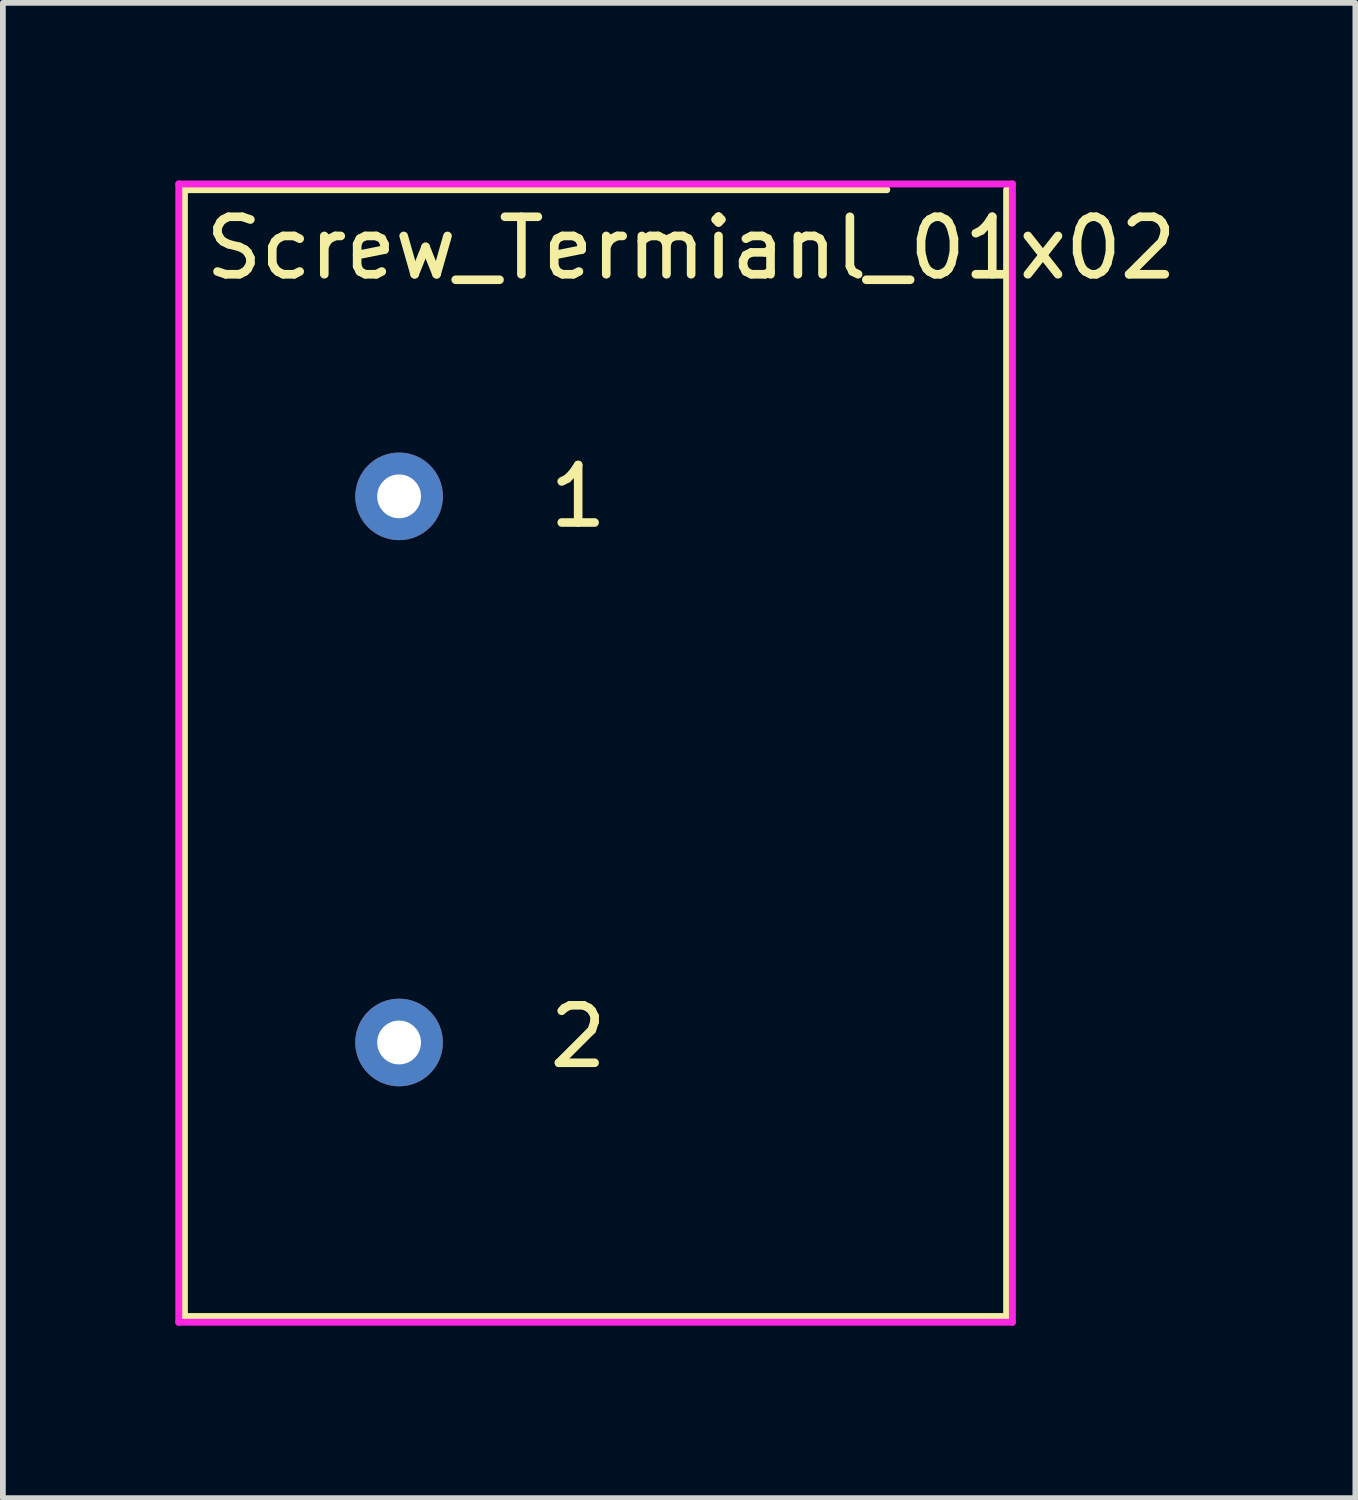
<source format=kicad_pcb>
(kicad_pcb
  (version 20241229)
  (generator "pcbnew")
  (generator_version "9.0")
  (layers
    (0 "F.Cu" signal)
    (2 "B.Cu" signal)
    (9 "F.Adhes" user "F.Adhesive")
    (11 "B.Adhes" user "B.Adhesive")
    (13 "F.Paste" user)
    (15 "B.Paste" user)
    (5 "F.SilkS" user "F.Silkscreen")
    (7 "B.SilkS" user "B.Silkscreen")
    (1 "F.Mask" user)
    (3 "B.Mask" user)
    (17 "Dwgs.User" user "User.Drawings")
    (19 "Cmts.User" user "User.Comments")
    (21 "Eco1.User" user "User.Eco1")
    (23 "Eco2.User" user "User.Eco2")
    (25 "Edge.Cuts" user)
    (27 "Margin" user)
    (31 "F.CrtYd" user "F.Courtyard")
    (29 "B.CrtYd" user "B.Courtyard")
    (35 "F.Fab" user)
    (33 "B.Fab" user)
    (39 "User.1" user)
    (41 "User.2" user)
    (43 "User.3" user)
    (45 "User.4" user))
  (footprint "Screw_Termianl_01x02"
    (layer "F.Cu")
    (at 1.86 0.25)
    (property "Reference" "Screw_Termianl_01x02" (at 7.112 1.016 180) (layer "F.SilkS") (effects (font (size 1 1) (thickness 0.15))))
    (attr through_hole)
    (fp_line (start -1.702 0) (end -1.702 19.6) (stroke (width 0.12) (type solid)) (layer "F.SilkS"))
    (fp_line (start -1.702 19.6) (end 12.6 19.6) (stroke (width 0.12) (type solid)) (layer "F.SilkS"))
    (fp_line (start 10.516 0) (end -1.702 0) (stroke (width 0.12) (type solid)) (layer "F.SilkS"))
    (fp_line (start 12.6 19.6) (end 12.6 0) (stroke (width 0.12) (type solid)) (layer "F.SilkS"))
    (fp_line (start -1.8 -0.1) (end -1.8 19.7) (stroke (width 0.12) (type solid)) (layer "F.CrtYd"))
    (fp_line (start -1.8 -0.1) (end 12.7 -0.1) (stroke (width 0.12) (type solid)) (layer "F.CrtYd"))
    (fp_line (start 12.7 -0.1) (end 12.7 19.7) (stroke (width 0.12) (type solid)) (layer "F.CrtYd"))
    (fp_line (start 12.7 19.7) (end -1.8 19.7) (stroke (width 0.12) (type solid)) (layer "F.CrtYd"))
    (fp_text user "1" (at 4.572 5.334 0) (layer "F.SilkS") (effects (font (size 1 1) (thickness 0.15)) (justify left)))
    (fp_text user "2" (at 4.572 14.732 0) (layer "F.SilkS") (effects (font (size 1 1) (thickness 0.15)) (justify left)))
    (pad "1" thru_hole circle (at 2.032 5.334) (size 1.524 1.524) (drill 0.762) (layers "*.Cu" "*.Mask"))
    (pad "2" thru_hole circle (at 2.032 14.834) (size 1.524 1.524) (drill 0.762) (layers "*.Cu" "*.Mask")))
  (gr_rect
    (start -3 -3)
    (end 20.526 23.01)
    (stroke (width 0.1) (type default))
    (fill no)
    (layer "Edge.Cuts")))
</source>
